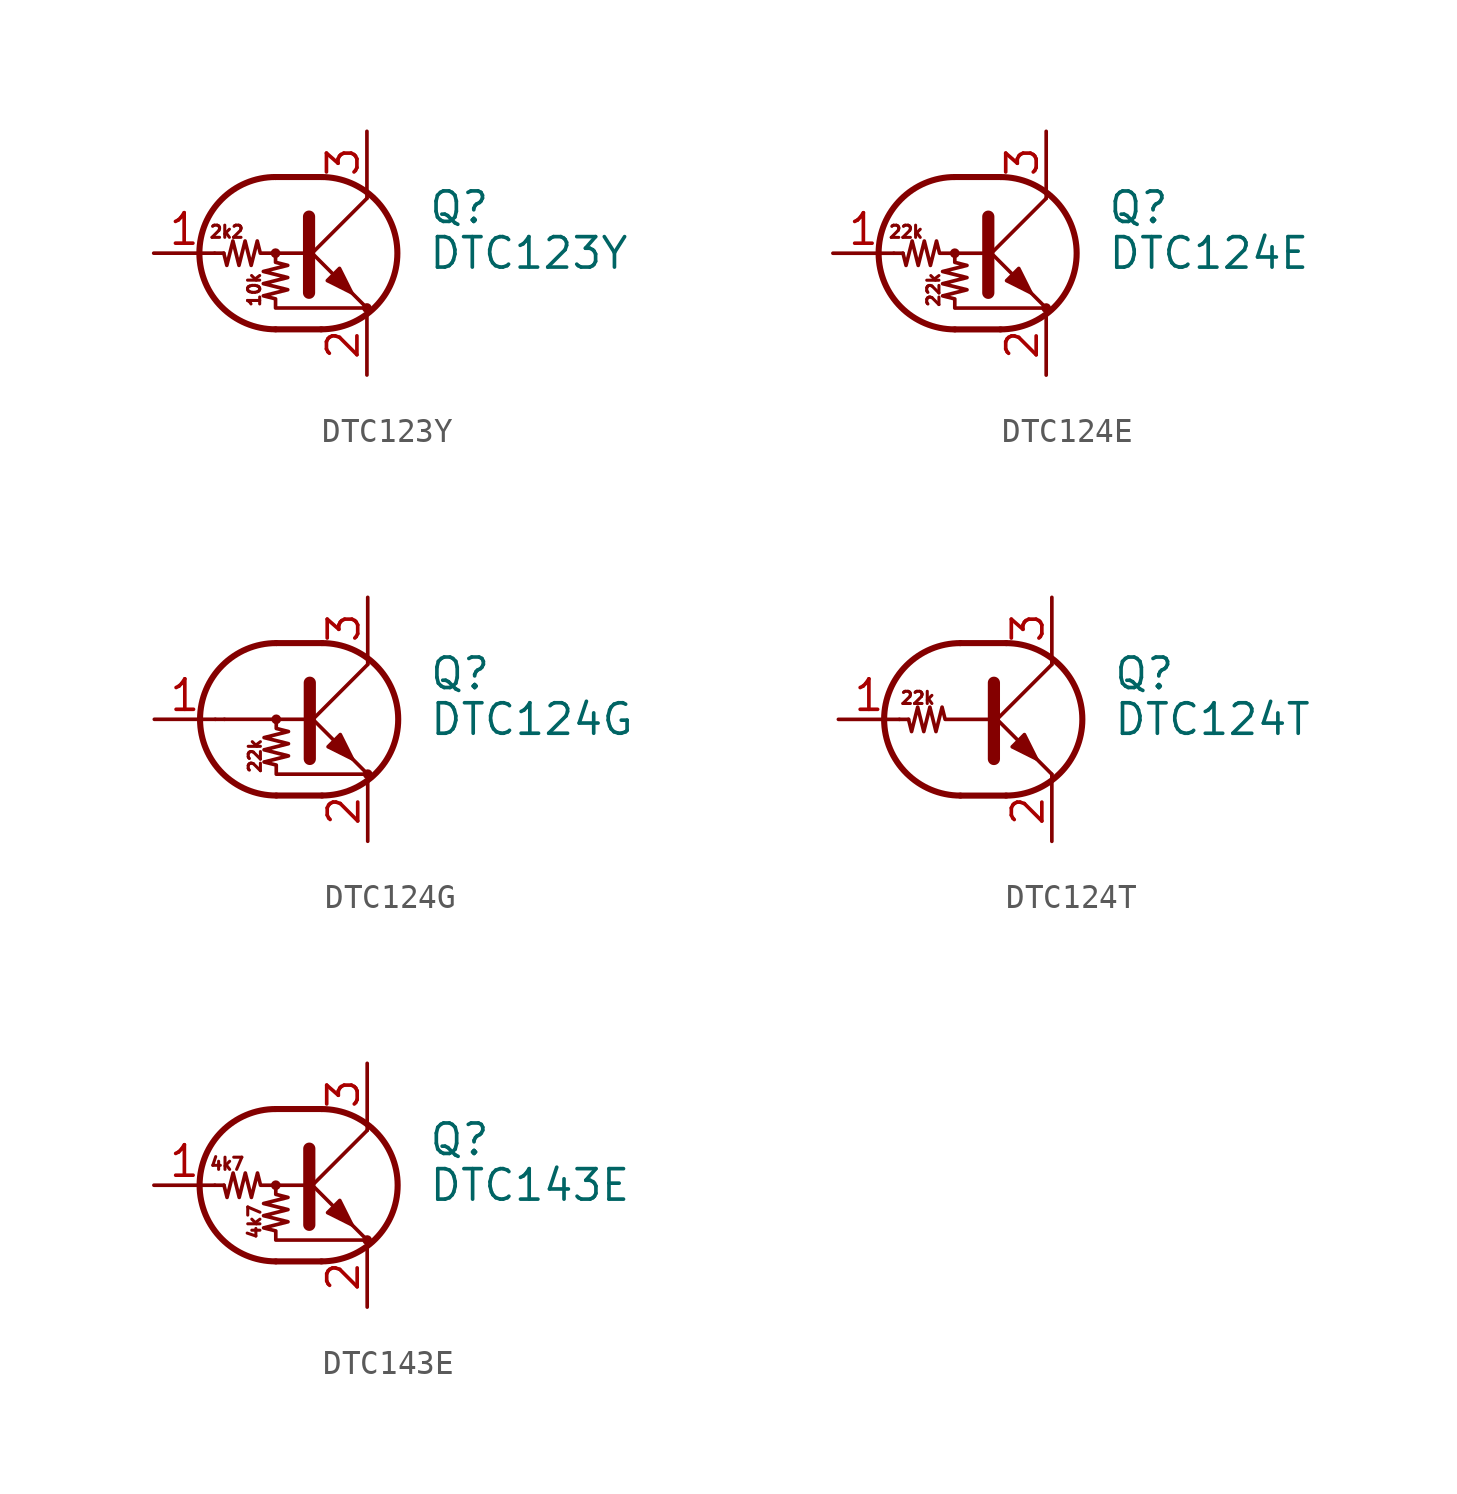
<source format=kicad_sym>
(kicad_symbol_lib
  (version 20211014)
  (generator kicad_symbol_editor)
  (symbol "DTC123Y"
    (pin_names
      (offset 0) hide)
    (property "Reference" "Q"
      (at 5.08 1.905 0)
      (effects (font (size 1.27 1.27)) (justify left)))
    (property "Value" "DTC123Y"
      (at 5.08 0 0)
      (effects (font (size 1.27 1.27)) (justify left)))
    (symbol "DTC123Y_0_0"
      (text "10k" (at -2.159 -1.524 900) (effects (font (size 0.508 0.508))))
      (text "2k2" (at -3.302 0.889 0) (effects (font (size 0.508 0.508)))))
    (symbol "DTC123Y_0_1"
      (circle (center -1.27 0) (radius 0.127) (stroke (width 0) (type default) (color 0 0 0 0)) (fill (type none)))
      (arc (start -1.27 3.175) (mid -4.445 0) (end -1.27 -3.175) (stroke (width 0.254) (type default) (color 0 0 0 0)) (fill (type none)))
      (polyline (pts (xy -3.429 0) (xy -3.81 0)) (stroke (width 0) (type default) (color 0 0 0 0)) (fill (type none)))
      (polyline (pts (xy -1.27 -3.175) (xy 0.635 -3.175)) (stroke (width 0.254) (type default) (color 0 0 0 0)) (fill (type none)))
      (polyline (pts (xy -1.27 3.175) (xy 0.635 3.175)) (stroke (width 0.254) (type default) (color 0 0 0 0)) (fill (type none)))
      (polyline (pts (xy 0 -0.254) (xy 2.54 2.286)) (stroke (width 0) (type default) (color 0 0 0 0)) (fill (type none)))
      (polyline (pts (xy 0.127 1.524) (xy 0.127 -1.651)) (stroke (width 0.508) (type default) (color 0 0 0 0)) (fill (type outline)))
      (polyline (pts (xy 2.54 2.286) (xy 2.54 2.54)) (stroke (width 0) (type default) (color 0 0 0 0)) (fill (type none)))
      (polyline (pts (xy 2.54 -2.286) (xy 0 0.254) (xy 0 0.254)) (stroke (width 0) (type default) (color 0 0 0 0)) (fill (type none)))
      (polyline (pts (xy 0.889 -1.143) (xy 1.397 -0.635) (xy 1.905 -1.651) (xy 0.889 -1.143)) (stroke (width 0) (type default) (color 0 0 0 0)) (fill (type outline)))
      (polyline (pts (xy 0 0) (xy -1.905 0) (xy -2.032 0.508) (xy -2.286 -0.508) (xy -2.54 0.508) (xy -2.794 -0.508) (xy -3.048 0.508) (xy -3.302 -0.508) (xy -3.429 0)) (stroke (width 0) (type default) (color 0 0 0 0)) (fill (type none)))
      (polyline (pts (xy -1.27 0) (xy -1.27 -0.381) (xy -0.762 -0.508) (xy -1.778 -0.762) (xy -0.762 -1.016) (xy -1.778 -1.27) (xy -0.762 -1.524) (xy -1.778 -1.778) (xy -1.27 -1.905) (xy -1.27 -2.286) (xy 2.54 -2.286)) (stroke (width 0) (type default) (color 0 0 0 0)) (fill (type none)))
      (arc (start 0.635 -3.175) (mid 3.81 0) (end 0.635 3.175) (stroke (width 0.254) (type default) (color 0 0 0 0)) (fill (type none)))
      (circle (center 2.54 -2.286) (radius 0.127) (stroke (width 0) (type default) (color 0 0 0 0)) (fill (type none))))
    (symbol "DTC123Y_1_1"
      (pin input line (at -6.35 0 0) (length 2.54) (name "B" (effects (font (size 1.27 1.27)))) (number "1" (effects (font (size 1.27 1.27)))))
      (pin passive line (at 2.54 -5.08 90) (length 2.54) (name "E" (effects (font (size 1.27 1.27)))) (number "2" (effects (font (size 1.27 1.27)))))
      (pin passive line (at 2.54 5.08 270) (length 2.54) (name "C" (effects (font (size 1.27 1.27)))) (number "3" (effects (font (size 1.27 1.27)))))))
  (symbol "DTC124E"
    (pin_names
      (offset 0) hide)
    (property "Reference" "Q"
      (at 5.08 1.905 0)
      (effects (font (size 1.27 1.27)) (justify left)))
    (property "Value" "DTC124E"
      (at 5.08 0 0)
      (effects (font (size 1.27 1.27)) (justify left)))
    (symbol "DTC124E_0_0"
      (text "22k" (at -3.302 0.889 0) (effects (font (size 0.508 0.508))))
      (text "22k" (at -2.159 -1.524 900) (effects (font (size 0.508 0.508)))))
    (symbol "DTC124E_0_1"
      (circle (center -1.27 0) (radius 0.127) (stroke (width 0) (type default) (color 0 0 0 0)) (fill (type none)))
      (arc (start -1.27 3.175) (mid -4.445 0) (end -1.27 -3.175) (stroke (width 0.254) (type default) (color 0 0 0 0)) (fill (type none)))
      (polyline (pts (xy -3.429 0) (xy -3.81 0)) (stroke (width 0) (type default) (color 0 0 0 0)) (fill (type none)))
      (polyline (pts (xy -1.27 -3.175) (xy 0.635 -3.175)) (stroke (width 0.254) (type default) (color 0 0 0 0)) (fill (type none)))
      (polyline (pts (xy -1.27 3.175) (xy 0.635 3.175)) (stroke (width 0.254) (type default) (color 0 0 0 0)) (fill (type none)))
      (polyline (pts (xy 0 -0.254) (xy 2.54 2.286)) (stroke (width 0) (type default) (color 0 0 0 0)) (fill (type none)))
      (polyline (pts (xy 0.127 1.524) (xy 0.127 -1.651)) (stroke (width 0.508) (type default) (color 0 0 0 0)) (fill (type outline)))
      (polyline (pts (xy 2.54 2.286) (xy 2.54 2.54)) (stroke (width 0) (type default) (color 0 0 0 0)) (fill (type none)))
      (polyline (pts (xy 2.54 -2.286) (xy 0 0.254) (xy 0 0.254)) (stroke (width 0) (type default) (color 0 0 0 0)) (fill (type none)))
      (polyline (pts (xy 0.889 -1.143) (xy 1.397 -0.635) (xy 1.905 -1.651) (xy 0.889 -1.143)) (stroke (width 0) (type default) (color 0 0 0 0)) (fill (type outline)))
      (polyline (pts (xy 0 0) (xy -1.905 0) (xy -2.032 0.508) (xy -2.286 -0.508) (xy -2.54 0.508) (xy -2.794 -0.508) (xy -3.048 0.508) (xy -3.302 -0.508) (xy -3.429 0)) (stroke (width 0) (type default) (color 0 0 0 0)) (fill (type none)))
      (polyline (pts (xy -1.27 0) (xy -1.27 -0.381) (xy -0.762 -0.508) (xy -1.778 -0.762) (xy -0.762 -1.016) (xy -1.778 -1.27) (xy -0.762 -1.524) (xy -1.778 -1.778) (xy -1.27 -1.905) (xy -1.27 -2.286) (xy 2.54 -2.286)) (stroke (width 0) (type default) (color 0 0 0 0)) (fill (type none)))
      (arc (start 0.635 -3.175) (mid 3.81 0) (end 0.635 3.175) (stroke (width 0.254) (type default) (color 0 0 0 0)) (fill (type none)))
      (circle (center 2.54 -2.286) (radius 0.127) (stroke (width 0) (type default) (color 0 0 0 0)) (fill (type none))))
    (symbol "DTC124E_1_1"
      (pin input line (at -6.35 0 0) (length 2.54) (name "B" (effects (font (size 1.27 1.27)))) (number "1" (effects (font (size 1.27 1.27)))))
      (pin passive line (at 2.54 -5.08 90) (length 2.54) (name "E" (effects (font (size 1.27 1.27)))) (number "2" (effects (font (size 1.27 1.27)))))
      (pin passive line (at 2.54 5.08 270) (length 2.54) (name "C" (effects (font (size 1.27 1.27)))) (number "3" (effects (font (size 1.27 1.27)))))))
  (symbol "DTC124G"
    (pin_names
      (offset 0) hide)
    (property "Reference" "Q"
      (at 5.08 1.905 0)
      (effects (font (size 1.27 1.27)) (justify left)))
    (property "Value" "DTC124G"
      (at 5.08 0 0)
      (effects (font (size 1.27 1.27)) (justify left)))
    (symbol "DTC124G_0_0"
      (polyline (pts (xy -3.429 0) (xy 0 0)) (stroke (width 0) (type default) (color 0 0 0 0)) (fill (type none)))
      (text "22k" (at -2.159 -1.524 900) (effects (font (size 0.508 0.508)))))
    (symbol "DTC124G_0_1"
      (circle (center -1.27 0) (radius 0.127) (stroke (width 0) (type default) (color 0 0 0 0)) (fill (type none)))
      (arc (start -1.27 3.175) (mid -4.445 0) (end -1.27 -3.175) (stroke (width 0.254) (type default) (color 0 0 0 0)) (fill (type none)))
      (polyline (pts (xy -3.429 0) (xy -3.81 0)) (stroke (width 0) (type default) (color 0 0 0 0)) (fill (type none)))
      (polyline (pts (xy -1.27 -3.175) (xy 0.635 -3.175)) (stroke (width 0.254) (type default) (color 0 0 0 0)) (fill (type none)))
      (polyline (pts (xy -1.27 3.175) (xy 0.635 3.175)) (stroke (width 0.254) (type default) (color 0 0 0 0)) (fill (type none)))
      (polyline (pts (xy 0 -0.254) (xy 2.54 2.286)) (stroke (width 0) (type default) (color 0 0 0 0)) (fill (type none)))
      (polyline (pts (xy 0.127 1.524) (xy 0.127 -1.651)) (stroke (width 0.508) (type default) (color 0 0 0 0)) (fill (type outline)))
      (polyline (pts (xy 2.54 2.286) (xy 2.54 2.54)) (stroke (width 0) (type default) (color 0 0 0 0)) (fill (type none)))
      (polyline (pts (xy 2.54 -2.286) (xy 0 0.254) (xy 0 0.254)) (stroke (width 0) (type default) (color 0 0 0 0)) (fill (type none)))
      (polyline (pts (xy 0.889 -1.143) (xy 1.397 -0.635) (xy 1.905 -1.651) (xy 0.889 -1.143)) (stroke (width 0) (type default) (color 0 0 0 0)) (fill (type outline)))
      (polyline (pts (xy -1.27 0) (xy -1.27 -0.381) (xy -0.762 -0.508) (xy -1.778 -0.762) (xy -0.762 -1.016) (xy -1.778 -1.27) (xy -0.762 -1.524) (xy -1.778 -1.778) (xy -1.27 -1.905) (xy -1.27 -2.286) (xy 2.54 -2.286)) (stroke (width 0) (type default) (color 0 0 0 0)) (fill (type none)))
      (arc (start 0.635 -3.175) (mid 3.81 0) (end 0.635 3.175) (stroke (width 0.254) (type default) (color 0 0 0 0)) (fill (type none)))
      (circle (center 2.54 -2.286) (radius 0.127) (stroke (width 0) (type default) (color 0 0 0 0)) (fill (type none))))
    (symbol "DTC124G_1_1"
      (pin input line (at -6.35 0 0) (length 2.54) (name "B" (effects (font (size 1.27 1.27)))) (number "1" (effects (font (size 1.27 1.27)))))
      (pin passive line (at 2.54 -5.08 90) (length 2.54) (name "E" (effects (font (size 1.27 1.27)))) (number "2" (effects (font (size 1.27 1.27)))))
      (pin passive line (at 2.54 5.08 270) (length 2.54) (name "C" (effects (font (size 1.27 1.27)))) (number "3" (effects (font (size 1.27 1.27)))))))
  (symbol "DTC124T"
    (pin_names
      (offset 0) hide)
    (property "Reference" "Q"
      (at 5.08 1.905 0)
      (effects (font (size 1.27 1.27)) (justify left)))
    (property "Value" "DTC124T"
      (at 5.08 0 0)
      (effects (font (size 1.27 1.27)) (justify left)))
    (symbol "DTC124T_0_0"
      (polyline (pts (xy 2.54 -2.286) (xy 2.54 -2.54)) (stroke (width 0) (type default) (color 0 0 0 0)) (fill (type none)))
      (text "22k" (at -3.048 0.889 0) (effects (font (size 0.508 0.508)))))
    (symbol "DTC124T_0_1"
      (arc (start -1.27 3.175) (mid -4.445 0) (end -1.27 -3.175) (stroke (width 0.254) (type default) (color 0 0 0 0)) (fill (type none)))
      (polyline (pts (xy -3.429 0) (xy -3.81 0)) (stroke (width 0) (type default) (color 0 0 0 0)) (fill (type none)))
      (polyline (pts (xy -1.27 -3.175) (xy 0.635 -3.175)) (stroke (width 0.254) (type default) (color 0 0 0 0)) (fill (type none)))
      (polyline (pts (xy -1.27 3.175) (xy 0.635 3.175)) (stroke (width 0.254) (type default) (color 0 0 0 0)) (fill (type none)))
      (polyline (pts (xy 0 -0.254) (xy 2.54 2.286)) (stroke (width 0) (type default) (color 0 0 0 0)) (fill (type none)))
      (polyline (pts (xy 0.127 1.524) (xy 0.127 -1.651)) (stroke (width 0.508) (type default) (color 0 0 0 0)) (fill (type outline)))
      (polyline (pts (xy 2.54 2.286) (xy 2.54 2.54)) (stroke (width 0) (type default) (color 0 0 0 0)) (fill (type none)))
      (polyline (pts (xy 2.54 -2.286) (xy 0 0.254) (xy 0 0.254)) (stroke (width 0) (type default) (color 0 0 0 0)) (fill (type none)))
      (polyline (pts (xy 0.889 -1.143) (xy 1.397 -0.635) (xy 1.905 -1.651) (xy 0.889 -1.143)) (stroke (width 0) (type default) (color 0 0 0 0)) (fill (type outline)))
      (polyline (pts (xy 0 0) (xy -1.905 0) (xy -2.032 0.508) (xy -2.286 -0.508) (xy -2.54 0.508) (xy -2.794 -0.508) (xy -3.048 0.508) (xy -3.302 -0.508) (xy -3.429 0)) (stroke (width 0) (type default) (color 0 0 0 0)) (fill (type none)))
      (arc (start 0.635 -3.175) (mid 3.81 0) (end 0.635 3.175) (stroke (width 0.254) (type default) (color 0 0 0 0)) (fill (type none))))
    (symbol "DTC124T_1_1"
      (pin input line (at -6.35 0 0) (length 2.54) (name "B" (effects (font (size 1.27 1.27)))) (number "1" (effects (font (size 1.27 1.27)))))
      (pin passive line (at 2.54 -5.08 90) (length 2.54) (name "E" (effects (font (size 1.27 1.27)))) (number "2" (effects (font (size 1.27 1.27)))))
      (pin passive line (at 2.54 5.08 270) (length 2.54) (name "C" (effects (font (size 1.27 1.27)))) (number "3" (effects (font (size 1.27 1.27)))))))
  (symbol "DTC143E"
    (pin_names
      (offset 0) hide)
    (property "Reference" "Q"
      (at 5.08 1.905 0)
      (effects (font (size 1.27 1.27)) (justify left)))
    (property "Value" "DTC143E"
      (at 5.08 0 0)
      (effects (font (size 1.27 1.27)) (justify left)))
    (symbol "DTC143E_0_0"
      (text "4k7" (at -3.302 0.889 0) (effects (font (size 0.508 0.508))))
      (text "4k7" (at -2.159 -1.524 900) (effects (font (size 0.508 0.508)))))
    (symbol "DTC143E_0_1"
      (circle (center -1.27 0) (radius 0.127) (stroke (width 0) (type default) (color 0 0 0 0)) (fill (type none)))
      (arc (start -1.27 3.175) (mid -4.445 0) (end -1.27 -3.175) (stroke (width 0.254) (type default) (color 0 0 0 0)) (fill (type none)))
      (polyline (pts (xy -3.429 0) (xy -3.81 0)) (stroke (width 0) (type default) (color 0 0 0 0)) (fill (type none)))
      (polyline (pts (xy -1.27 -3.175) (xy 0.635 -3.175)) (stroke (width 0.254) (type default) (color 0 0 0 0)) (fill (type none)))
      (polyline (pts (xy -1.27 3.175) (xy 0.635 3.175)) (stroke (width 0.254) (type default) (color 0 0 0 0)) (fill (type none)))
      (polyline (pts (xy 0 -0.254) (xy 2.54 2.286)) (stroke (width 0) (type default) (color 0 0 0 0)) (fill (type none)))
      (polyline (pts (xy 0.127 1.524) (xy 0.127 -1.651)) (stroke (width 0.508) (type default) (color 0 0 0 0)) (fill (type outline)))
      (polyline (pts (xy 2.54 2.286) (xy 2.54 2.54)) (stroke (width 0) (type default) (color 0 0 0 0)) (fill (type none)))
      (polyline (pts (xy 2.54 -2.286) (xy 0 0.254) (xy 0 0.254)) (stroke (width 0) (type default) (color 0 0 0 0)) (fill (type none)))
      (polyline (pts (xy 0.889 -1.143) (xy 1.397 -0.635) (xy 1.905 -1.651) (xy 0.889 -1.143)) (stroke (width 0) (type default) (color 0 0 0 0)) (fill (type outline)))
      (polyline (pts (xy 0 0) (xy -1.905 0) (xy -2.032 0.508) (xy -2.286 -0.508) (xy -2.54 0.508) (xy -2.794 -0.508) (xy -3.048 0.508) (xy -3.302 -0.508) (xy -3.429 0)) (stroke (width 0) (type default) (color 0 0 0 0)) (fill (type none)))
      (polyline (pts (xy -1.27 0) (xy -1.27 -0.381) (xy -0.762 -0.508) (xy -1.778 -0.762) (xy -0.762 -1.016) (xy -1.778 -1.27) (xy -0.762 -1.524) (xy -1.778 -1.778) (xy -1.27 -1.905) (xy -1.27 -2.286) (xy 2.54 -2.286)) (stroke (width 0) (type default) (color 0 0 0 0)) (fill (type none)))
      (arc (start 0.635 -3.175) (mid 3.81 0) (end 0.635 3.175) (stroke (width 0.254) (type default) (color 0 0 0 0)) (fill (type none)))
      (circle (center 2.54 -2.286) (radius 0.127) (stroke (width 0) (type default) (color 0 0 0 0)) (fill (type none))))
    (symbol "DTC143E_1_1"
      (pin input line (at -6.35 0 0) (length 2.54) (name "B" (effects (font (size 1.27 1.27)))) (number "1" (effects (font (size 1.27 1.27)))))
      (pin passive line (at 2.54 -5.08 90) (length 2.54) (name "E" (effects (font (size 1.27 1.27)))) (number "2" (effects (font (size 1.27 1.27)))))
      (pin passive line (at 2.54 5.08 270) (length 2.54) (name "C" (effects (font (size 1.27 1.27)))) (number "3" (effects (font (size 1.27 1.27))))))))
</source>
